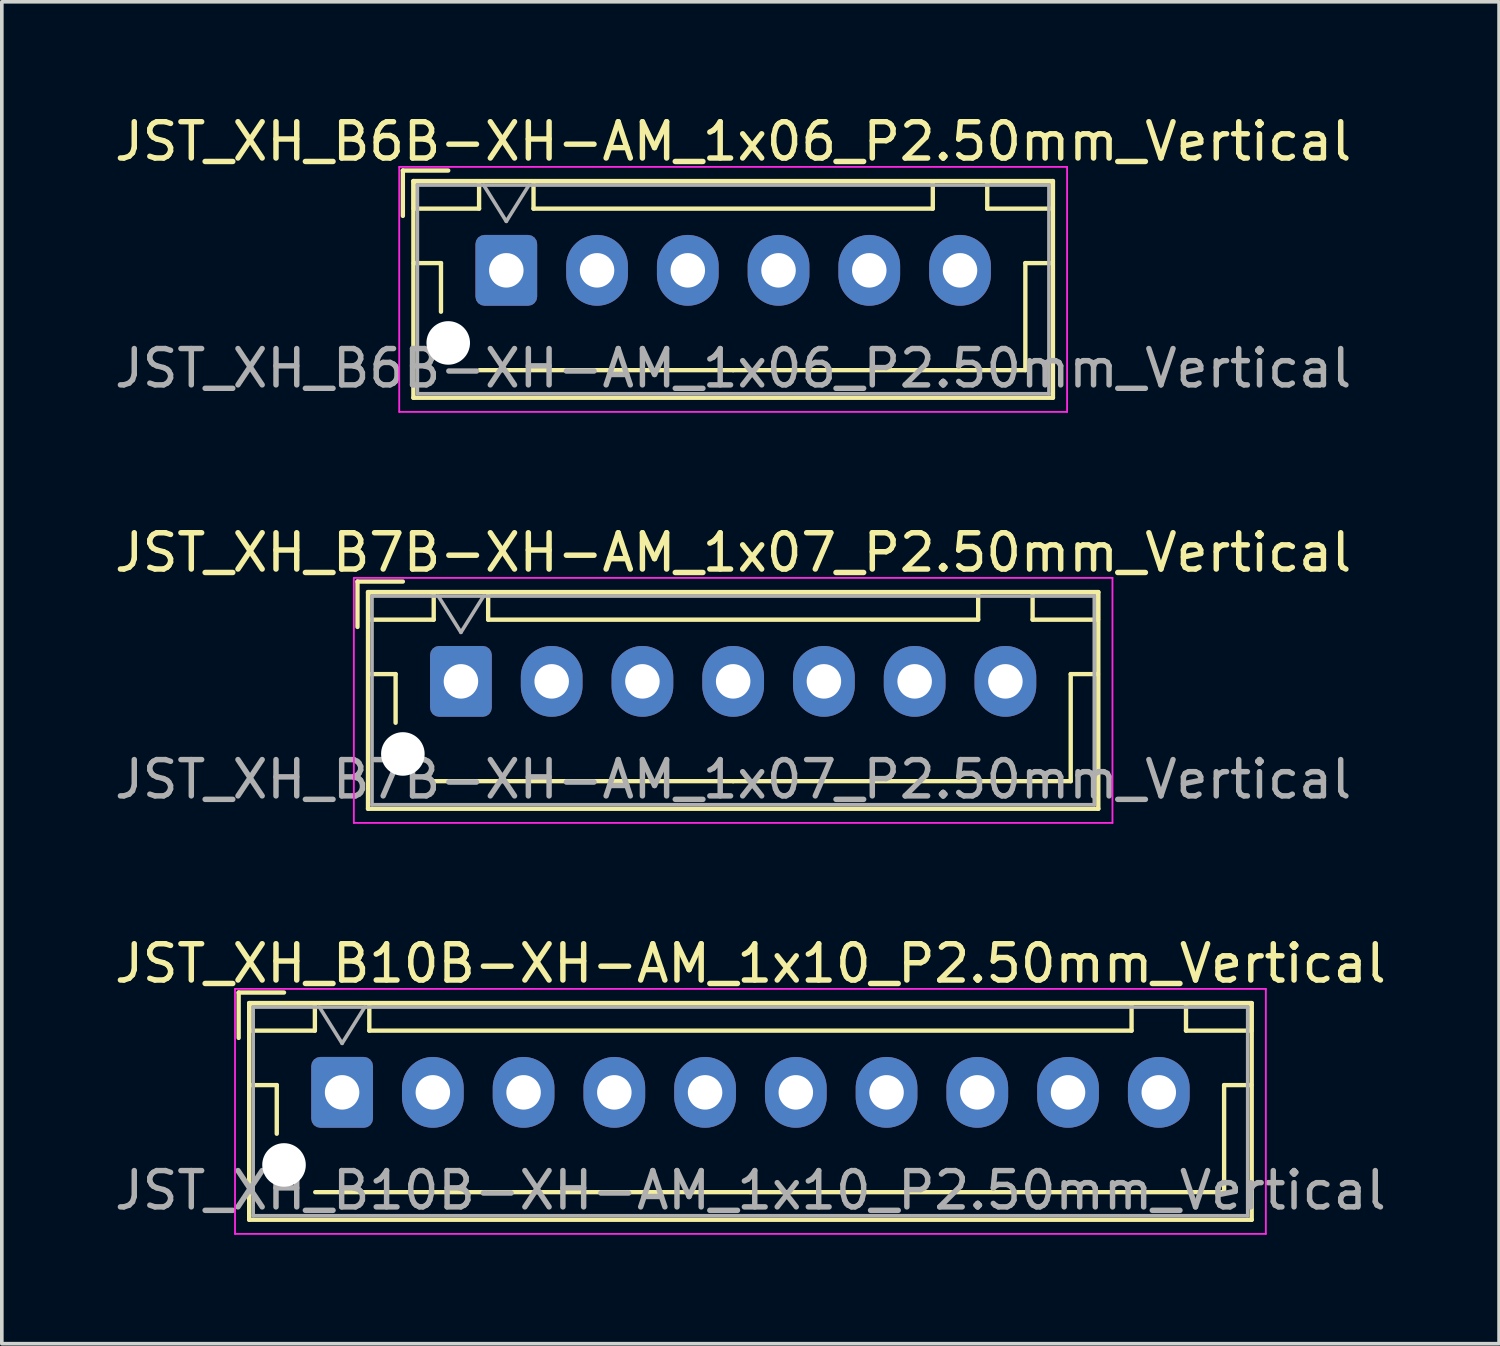
<source format=kicad_pcb>
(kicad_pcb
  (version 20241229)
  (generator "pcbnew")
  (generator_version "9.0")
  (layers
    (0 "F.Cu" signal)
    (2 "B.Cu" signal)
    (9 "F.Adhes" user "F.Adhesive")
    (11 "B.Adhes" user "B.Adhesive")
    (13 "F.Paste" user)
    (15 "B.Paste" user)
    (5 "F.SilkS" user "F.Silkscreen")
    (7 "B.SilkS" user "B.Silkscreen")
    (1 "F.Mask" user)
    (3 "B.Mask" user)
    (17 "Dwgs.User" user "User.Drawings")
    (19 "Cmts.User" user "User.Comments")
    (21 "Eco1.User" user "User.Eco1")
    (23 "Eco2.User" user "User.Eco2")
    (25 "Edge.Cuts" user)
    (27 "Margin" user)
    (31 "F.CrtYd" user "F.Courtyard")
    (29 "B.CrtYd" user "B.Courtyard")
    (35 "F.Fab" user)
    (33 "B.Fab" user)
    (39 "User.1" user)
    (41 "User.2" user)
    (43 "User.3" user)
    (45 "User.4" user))
  (footprint "JST_XH_B10B-XH-AM_1x10_P2.50mm_Vertical"
    (layer "F.Cu")
    (at 6.375 27.045)
    (property "Reference" "JST_XH_B10B-XH-AM_1x10_P2.50mm_Vertical" (at 11.25 -3.55 0) (layer "F.SilkS") (effects (font (size 1 1) (thickness 0.15))))
    (attr through_hole)
    (fp_line (start -2.85 -2.75) (end -2.85 -1.5) (stroke (width 0.12) (type solid)) (layer "F.SilkS"))
    (fp_line (start -2.56 -2.46) (end -2.56 3.51) (stroke (width 0.12) (type solid)) (layer "F.SilkS"))
    (fp_line (start -2.56 3.51) (end 25.06 3.51) (stroke (width 0.12) (type solid)) (layer "F.SilkS"))
    (fp_line (start -2.55 -2.45) (end -2.55 -1.7) (stroke (width 0.12) (type solid)) (layer "F.SilkS"))
    (fp_line (start -2.55 -1.7) (end -0.75 -1.7) (stroke (width 0.12) (type solid)) (layer "F.SilkS"))
    (fp_line (start -2.55 -0.2) (end -1.8 -0.2) (stroke (width 0.12) (type solid)) (layer "F.SilkS"))
    (fp_line (start -1.8 -0.2) (end -1.8 1.14) (stroke (width 0.12) (type solid)) (layer "F.SilkS"))
    (fp_line (start -1.6 -2.75) (end -2.85 -2.75) (stroke (width 0.12) (type solid)) (layer "F.SilkS"))
    (fp_line (start -0.75 -2.45) (end -2.55 -2.45) (stroke (width 0.12) (type solid)) (layer "F.SilkS"))
    (fp_line (start -0.75 -1.7) (end -0.75 -2.45) (stroke (width 0.12) (type solid)) (layer "F.SilkS"))
    (fp_line (start 0.75 -2.45) (end 0.75 -1.7) (stroke (width 0.12) (type solid)) (layer "F.SilkS"))
    (fp_line (start 0.75 -1.7) (end 21.75 -1.7) (stroke (width 0.12) (type solid)) (layer "F.SilkS"))
    (fp_line (start 11.25 2.75) (end -0.74 2.75) (stroke (width 0.12) (type solid)) (layer "F.SilkS"))
    (fp_line (start 21.75 -2.45) (end 0.75 -2.45) (stroke (width 0.12) (type solid)) (layer "F.SilkS"))
    (fp_line (start 21.75 -1.7) (end 21.75 -2.45) (stroke (width 0.12) (type solid)) (layer "F.SilkS"))
    (fp_line (start 23.25 -2.45) (end 23.25 -1.7) (stroke (width 0.12) (type solid)) (layer "F.SilkS"))
    (fp_line (start 23.25 -1.7) (end 25.05 -1.7) (stroke (width 0.12) (type solid)) (layer "F.SilkS"))
    (fp_line (start 24.3 -0.2) (end 24.3 2.75) (stroke (width 0.12) (type solid)) (layer "F.SilkS"))
    (fp_line (start 24.3 2.75) (end 11.25 2.75) (stroke (width 0.12) (type solid)) (layer "F.SilkS"))
    (fp_line (start 25.05 -2.45) (end 23.25 -2.45) (stroke (width 0.12) (type solid)) (layer "F.SilkS"))
    (fp_line (start 25.05 -1.7) (end 25.05 -2.45) (stroke (width 0.12) (type solid)) (layer "F.SilkS"))
    (fp_line (start 25.05 -0.2) (end 24.3 -0.2) (stroke (width 0.12) (type solid)) (layer "F.SilkS"))
    (fp_line (start 25.06 -2.46) (end -2.56 -2.46) (stroke (width 0.12) (type solid)) (layer "F.SilkS"))
    (fp_line (start 25.06 3.51) (end 25.06 -2.46) (stroke (width 0.12) (type solid)) (layer "F.SilkS"))
    (fp_line (start -2.95 -2.85) (end -2.95 3.9) (stroke (width 0.05) (type solid)) (layer "F.CrtYd"))
    (fp_line (start -2.95 3.9) (end 25.45 3.9) (stroke (width 0.05) (type solid)) (layer "F.CrtYd"))
    (fp_line (start 25.45 -2.85) (end -2.95 -2.85) (stroke (width 0.05) (type solid)) (layer "F.CrtYd"))
    (fp_line (start 25.45 3.9) (end 25.45 -2.85) (stroke (width 0.05) (type solid)) (layer "F.CrtYd"))
    (fp_line (start -2.45 -2.35) (end -2.45 3.4) (stroke (width 0.1) (type solid)) (layer "F.Fab"))
    (fp_line (start -2.45 3.4) (end 24.95 3.4) (stroke (width 0.1) (type solid)) (layer "F.Fab"))
    (fp_line (start -0.625 -2.35) (end 0 -1.35) (stroke (width 0.1) (type solid)) (layer "F.Fab"))
    (fp_line (start 0 -1.35) (end 0.625 -2.35) (stroke (width 0.1) (type solid)) (layer "F.Fab"))
    (fp_line (start 24.95 -2.35) (end -2.45 -2.35) (stroke (width 0.1) (type solid)) (layer "F.Fab"))
    (fp_line (start 24.95 3.4) (end 24.95 -2.35) (stroke (width 0.1) (type solid)) (layer "F.Fab"))
    (fp_text user "${REFERENCE}" (at 11.25 2.7 0) (layer "F.Fab") (effects (font (size 1 1) (thickness 0.15))))
    (pad "" np_thru_hole circle (at -1.6 2) (size 1.2 1.2) (drill 1.2) (layers "*.Cu" "*.Mask"))
    (pad "1" thru_hole roundrect (at 0 0) (size 1.7 1.95) (drill 0.95) (layers "*.Cu" "*.Mask") (roundrect_rratio 0.147))
    (pad "2" thru_hole oval (at 2.5 0) (size 1.7 1.95) (drill 0.95) (layers "*.Cu" "*.Mask"))
    (pad "3" thru_hole oval (at 5 0) (size 1.7 1.95) (drill 0.95) (layers "*.Cu" "*.Mask"))
    (pad "4" thru_hole oval (at 7.5 0) (size 1.7 1.95) (drill 0.95) (layers "*.Cu" "*.Mask"))
    (pad "5" thru_hole oval (at 10 0) (size 1.7 1.95) (drill 0.95) (layers "*.Cu" "*.Mask"))
    (pad "6" thru_hole oval (at 12.5 0) (size 1.7 1.95) (drill 0.95) (layers "*.Cu" "*.Mask"))
    (pad "7" thru_hole oval (at 15 0) (size 1.7 1.95) (drill 0.95) (layers "*.Cu" "*.Mask"))
    (pad "8" thru_hole oval (at 17.5 0) (size 1.7 1.95) (drill 0.95) (layers "*.Cu" "*.Mask"))
    (pad "9" thru_hole oval (at 20 0) (size 1.7 1.95) (drill 0.95) (layers "*.Cu" "*.Mask"))
    (pad "10" thru_hole oval (at 22.5 0) (size 1.7 1.95) (drill 0.95) (layers "*.Cu" "*.Mask")))
  (footprint "JST_XH_B7B-XH-AM_1x07_P2.50mm_Vertical"
    (layer "F.Cu")
    (at 9.649 15.722)
    (property "Reference" "JST_XH_B7B-XH-AM_1x07_P2.50mm_Vertical" (at 7.5 -3.55 0) (layer "F.SilkS") (effects (font (size 1 1) (thickness 0.15))))
    (attr through_hole)
    (fp_line (start -2.85 -2.75) (end -2.85 -1.5) (stroke (width 0.12) (type solid)) (layer "F.SilkS"))
    (fp_line (start -2.56 -2.46) (end -2.56 3.51) (stroke (width 0.12) (type solid)) (layer "F.SilkS"))
    (fp_line (start -2.56 3.51) (end 17.56 3.51) (stroke (width 0.12) (type solid)) (layer "F.SilkS"))
    (fp_line (start -2.55 -2.45) (end -2.55 -1.7) (stroke (width 0.12) (type solid)) (layer "F.SilkS"))
    (fp_line (start -2.55 -1.7) (end -0.75 -1.7) (stroke (width 0.12) (type solid)) (layer "F.SilkS"))
    (fp_line (start -2.55 -0.2) (end -1.8 -0.2) (stroke (width 0.12) (type solid)) (layer "F.SilkS"))
    (fp_line (start -1.8 -0.2) (end -1.8 1.14) (stroke (width 0.12) (type solid)) (layer "F.SilkS"))
    (fp_line (start -1.6 -2.75) (end -2.85 -2.75) (stroke (width 0.12) (type solid)) (layer "F.SilkS"))
    (fp_line (start -0.75 -2.45) (end -2.55 -2.45) (stroke (width 0.12) (type solid)) (layer "F.SilkS"))
    (fp_line (start -0.75 -1.7) (end -0.75 -2.45) (stroke (width 0.12) (type solid)) (layer "F.SilkS"))
    (fp_line (start 0.75 -2.45) (end 0.75 -1.7) (stroke (width 0.12) (type solid)) (layer "F.SilkS"))
    (fp_line (start 0.75 -1.7) (end 14.25 -1.7) (stroke (width 0.12) (type solid)) (layer "F.SilkS"))
    (fp_line (start 7.5 2.75) (end -0.74 2.75) (stroke (width 0.12) (type solid)) (layer "F.SilkS"))
    (fp_line (start 14.25 -2.45) (end 0.75 -2.45) (stroke (width 0.12) (type solid)) (layer "F.SilkS"))
    (fp_line (start 14.25 -1.7) (end 14.25 -2.45) (stroke (width 0.12) (type solid)) (layer "F.SilkS"))
    (fp_line (start 15.75 -2.45) (end 15.75 -1.7) (stroke (width 0.12) (type solid)) (layer "F.SilkS"))
    (fp_line (start 15.75 -1.7) (end 17.55 -1.7) (stroke (width 0.12) (type solid)) (layer "F.SilkS"))
    (fp_line (start 16.8 -0.2) (end 16.8 2.75) (stroke (width 0.12) (type solid)) (layer "F.SilkS"))
    (fp_line (start 16.8 2.75) (end 7.5 2.75) (stroke (width 0.12) (type solid)) (layer "F.SilkS"))
    (fp_line (start 17.55 -2.45) (end 15.75 -2.45) (stroke (width 0.12) (type solid)) (layer "F.SilkS"))
    (fp_line (start 17.55 -1.7) (end 17.55 -2.45) (stroke (width 0.12) (type solid)) (layer "F.SilkS"))
    (fp_line (start 17.55 -0.2) (end 16.8 -0.2) (stroke (width 0.12) (type solid)) (layer "F.SilkS"))
    (fp_line (start 17.56 -2.46) (end -2.56 -2.46) (stroke (width 0.12) (type solid)) (layer "F.SilkS"))
    (fp_line (start 17.56 3.51) (end 17.56 -2.46) (stroke (width 0.12) (type solid)) (layer "F.SilkS"))
    (fp_line (start -2.95 -2.85) (end -2.95 3.9) (stroke (width 0.05) (type solid)) (layer "F.CrtYd"))
    (fp_line (start -2.95 3.9) (end 17.95 3.9) (stroke (width 0.05) (type solid)) (layer "F.CrtYd"))
    (fp_line (start 17.95 -2.85) (end -2.95 -2.85) (stroke (width 0.05) (type solid)) (layer "F.CrtYd"))
    (fp_line (start 17.95 3.9) (end 17.95 -2.85) (stroke (width 0.05) (type solid)) (layer "F.CrtYd"))
    (fp_line (start -2.45 -2.35) (end -2.45 3.4) (stroke (width 0.1) (type solid)) (layer "F.Fab"))
    (fp_line (start -2.45 3.4) (end 17.45 3.4) (stroke (width 0.1) (type solid)) (layer "F.Fab"))
    (fp_line (start -0.625 -2.35) (end 0 -1.35) (stroke (width 0.1) (type solid)) (layer "F.Fab"))
    (fp_line (start 0 -1.35) (end 0.625 -2.35) (stroke (width 0.1) (type solid)) (layer "F.Fab"))
    (fp_line (start 17.45 -2.35) (end -2.45 -2.35) (stroke (width 0.1) (type solid)) (layer "F.Fab"))
    (fp_line (start 17.45 3.4) (end 17.45 -2.35) (stroke (width 0.1) (type solid)) (layer "F.Fab"))
    (fp_text user "${REFERENCE}" (at 7.5 2.7 0) (layer "F.Fab") (effects (font (size 1 1) (thickness 0.15))))
    (pad "" np_thru_hole circle (at -1.6 2) (size 1.2 1.2) (drill 1.2) (layers "*.Cu" "*.Mask"))
    (pad "1" thru_hole roundrect (at 0 0) (size 1.7 1.95) (drill 0.95) (layers "*.Cu" "*.Mask") (roundrect_rratio 0.147))
    (pad "2" thru_hole oval (at 2.5 0) (size 1.7 1.95) (drill 0.95) (layers "*.Cu" "*.Mask"))
    (pad "3" thru_hole oval (at 5 0) (size 1.7 1.95) (drill 0.95) (layers "*.Cu" "*.Mask"))
    (pad "4" thru_hole oval (at 7.5 0) (size 1.7 1.95) (drill 0.95) (layers "*.Cu" "*.Mask"))
    (pad "5" thru_hole oval (at 10 0) (size 1.7 1.95) (drill 0.95) (layers "*.Cu" "*.Mask"))
    (pad "6" thru_hole oval (at 12.5 0) (size 1.7 1.95) (drill 0.95) (layers "*.Cu" "*.Mask"))
    (pad "7" thru_hole oval (at 15 0) (size 1.7 1.95) (drill 0.95) (layers "*.Cu" "*.Mask")))
  (footprint "JST_XH_B6B-XH-AM_1x06_P2.50mm_Vertical"
    (layer "F.Cu")
    (at 10.899 4.398)
    (property "Reference" "JST_XH_B6B-XH-AM_1x06_P2.50mm_Vertical" (at 6.25 -3.55 0) (layer "F.SilkS") (effects (font (size 1 1) (thickness 0.15))))
    (attr through_hole)
    (fp_line (start -2.85 -2.75) (end -2.85 -1.5) (stroke (width 0.12) (type solid)) (layer "F.SilkS"))
    (fp_line (start -2.56 -2.46) (end -2.56 3.51) (stroke (width 0.12) (type solid)) (layer "F.SilkS"))
    (fp_line (start -2.56 3.51) (end 15.06 3.51) (stroke (width 0.12) (type solid)) (layer "F.SilkS"))
    (fp_line (start -2.55 -2.45) (end -2.55 -1.7) (stroke (width 0.12) (type solid)) (layer "F.SilkS"))
    (fp_line (start -2.55 -1.7) (end -0.75 -1.7) (stroke (width 0.12) (type solid)) (layer "F.SilkS"))
    (fp_line (start -2.55 -0.2) (end -1.8 -0.2) (stroke (width 0.12) (type solid)) (layer "F.SilkS"))
    (fp_line (start -1.8 -0.2) (end -1.8 1.14) (stroke (width 0.12) (type solid)) (layer "F.SilkS"))
    (fp_line (start -1.6 -2.75) (end -2.85 -2.75) (stroke (width 0.12) (type solid)) (layer "F.SilkS"))
    (fp_line (start -0.75 -2.45) (end -2.55 -2.45) (stroke (width 0.12) (type solid)) (layer "F.SilkS"))
    (fp_line (start -0.75 -1.7) (end -0.75 -2.45) (stroke (width 0.12) (type solid)) (layer "F.SilkS"))
    (fp_line (start 0.75 -2.45) (end 0.75 -1.7) (stroke (width 0.12) (type solid)) (layer "F.SilkS"))
    (fp_line (start 0.75 -1.7) (end 11.75 -1.7) (stroke (width 0.12) (type solid)) (layer "F.SilkS"))
    (fp_line (start 6.25 2.75) (end -0.74 2.75) (stroke (width 0.12) (type solid)) (layer "F.SilkS"))
    (fp_line (start 11.75 -2.45) (end 0.75 -2.45) (stroke (width 0.12) (type solid)) (layer "F.SilkS"))
    (fp_line (start 11.75 -1.7) (end 11.75 -2.45) (stroke (width 0.12) (type solid)) (layer "F.SilkS"))
    (fp_line (start 13.25 -2.45) (end 13.25 -1.7) (stroke (width 0.12) (type solid)) (layer "F.SilkS"))
    (fp_line (start 13.25 -1.7) (end 15.05 -1.7) (stroke (width 0.12) (type solid)) (layer "F.SilkS"))
    (fp_line (start 14.3 -0.2) (end 14.3 2.75) (stroke (width 0.12) (type solid)) (layer "F.SilkS"))
    (fp_line (start 14.3 2.75) (end 6.25 2.75) (stroke (width 0.12) (type solid)) (layer "F.SilkS"))
    (fp_line (start 15.05 -2.45) (end 13.25 -2.45) (stroke (width 0.12) (type solid)) (layer "F.SilkS"))
    (fp_line (start 15.05 -1.7) (end 15.05 -2.45) (stroke (width 0.12) (type solid)) (layer "F.SilkS"))
    (fp_line (start 15.05 -0.2) (end 14.3 -0.2) (stroke (width 0.12) (type solid)) (layer "F.SilkS"))
    (fp_line (start 15.06 -2.46) (end -2.56 -2.46) (stroke (width 0.12) (type solid)) (layer "F.SilkS"))
    (fp_line (start 15.06 3.51) (end 15.06 -2.46) (stroke (width 0.12) (type solid)) (layer "F.SilkS"))
    (fp_line (start -2.95 -2.85) (end -2.95 3.9) (stroke (width 0.05) (type solid)) (layer "F.CrtYd"))
    (fp_line (start -2.95 3.9) (end 15.45 3.9) (stroke (width 0.05) (type solid)) (layer "F.CrtYd"))
    (fp_line (start 15.45 -2.85) (end -2.95 -2.85) (stroke (width 0.05) (type solid)) (layer "F.CrtYd"))
    (fp_line (start 15.45 3.9) (end 15.45 -2.85) (stroke (width 0.05) (type solid)) (layer "F.CrtYd"))
    (fp_line (start -2.45 -2.35) (end -2.45 3.4) (stroke (width 0.1) (type solid)) (layer "F.Fab"))
    (fp_line (start -2.45 3.4) (end 14.95 3.4) (stroke (width 0.1) (type solid)) (layer "F.Fab"))
    (fp_line (start -0.625 -2.35) (end 0 -1.35) (stroke (width 0.1) (type solid)) (layer "F.Fab"))
    (fp_line (start 0 -1.35) (end 0.625 -2.35) (stroke (width 0.1) (type solid)) (layer "F.Fab"))
    (fp_line (start 14.95 -2.35) (end -2.45 -2.35) (stroke (width 0.1) (type solid)) (layer "F.Fab"))
    (fp_line (start 14.95 3.4) (end 14.95 -2.35) (stroke (width 0.1) (type solid)) (layer "F.Fab"))
    (fp_text user "${REFERENCE}" (at 6.25 2.7 0) (layer "F.Fab") (effects (font (size 1 1) (thickness 0.15))))
    (pad "" np_thru_hole circle (at -1.6 2) (size 1.2 1.2) (drill 1.2) (layers "*.Cu" "*.Mask"))
    (pad "1" thru_hole roundrect (at 0 0) (size 1.7 1.95) (drill 0.95) (layers "*.Cu" "*.Mask") (roundrect_rratio 0.147))
    (pad "2" thru_hole oval (at 2.5 0) (size 1.7 1.95) (drill 0.95) (layers "*.Cu" "*.Mask"))
    (pad "3" thru_hole oval (at 5 0) (size 1.7 1.95) (drill 0.95) (layers "*.Cu" "*.Mask"))
    (pad "4" thru_hole oval (at 7.5 0) (size 1.7 1.95) (drill 0.95) (layers "*.Cu" "*.Mask"))
    (pad "5" thru_hole oval (at 10 0) (size 1.7 1.95) (drill 0.95) (layers "*.Cu" "*.Mask"))
    (pad "6" thru_hole oval (at 12.5 0) (size 1.7 1.95) (drill 0.95) (layers "*.Cu" "*.Mask")))
  (gr_rect
    (start -3 -3)
    (end 38.25 33.97)
    (stroke (width 0.1) (type default))
    (fill no)
    (layer "Edge.Cuts")))
</source>
